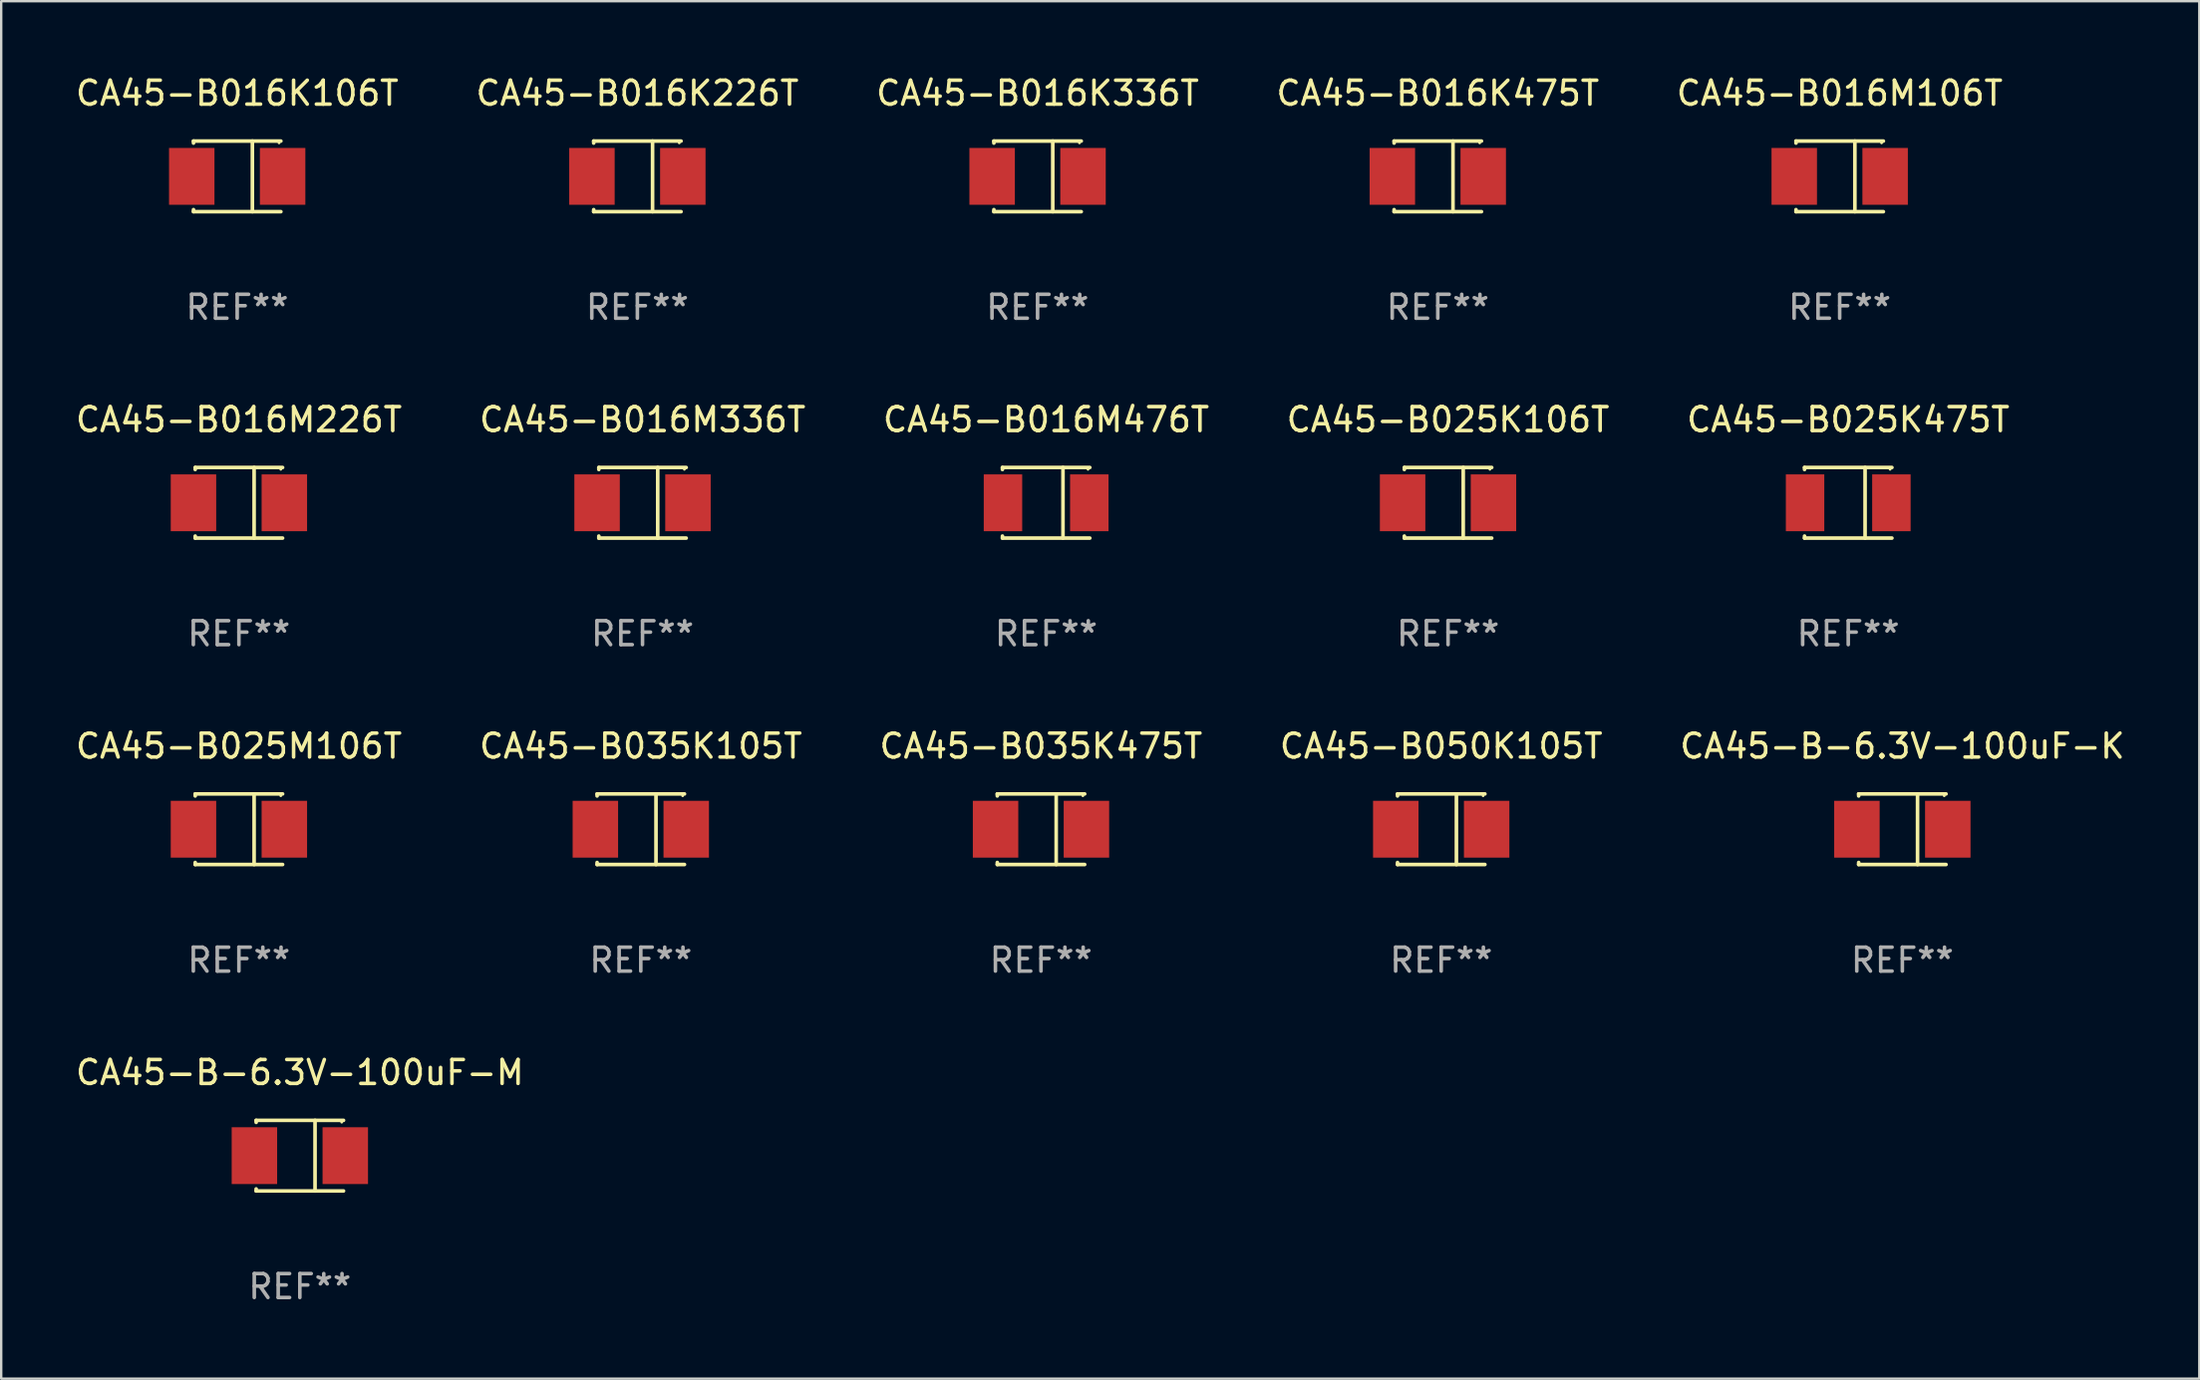
<source format=kicad_pcb>
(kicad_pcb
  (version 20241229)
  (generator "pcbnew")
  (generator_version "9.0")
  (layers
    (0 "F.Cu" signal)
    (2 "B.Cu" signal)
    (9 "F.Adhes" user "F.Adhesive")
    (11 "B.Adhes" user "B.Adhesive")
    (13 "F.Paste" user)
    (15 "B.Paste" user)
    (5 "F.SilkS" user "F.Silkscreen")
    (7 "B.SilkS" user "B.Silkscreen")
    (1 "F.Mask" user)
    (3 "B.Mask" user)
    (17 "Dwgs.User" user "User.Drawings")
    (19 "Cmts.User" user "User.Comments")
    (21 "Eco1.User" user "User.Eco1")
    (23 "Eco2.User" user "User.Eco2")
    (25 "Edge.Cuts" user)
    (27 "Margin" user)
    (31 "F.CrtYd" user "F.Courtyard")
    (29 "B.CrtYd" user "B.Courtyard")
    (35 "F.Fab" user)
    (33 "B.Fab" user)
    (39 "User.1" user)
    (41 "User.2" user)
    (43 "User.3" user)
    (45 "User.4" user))
  (footprint "CA45-B025M106T"
    (layer "F.Cu")
    (at 6.935 31.622)
    (property "Reference" "CA45-B025M106T" (at 0 -3.476 0) (layer "F.SilkS") (effects (font (size 1 1) (thickness 0.15))))
    (attr through_hole)
    (fp_line (start -1.826 -1.476) (end -1.826 -1.391) (stroke (width 0.152) (type solid)) (layer "F.SilkS"))
    (fp_line (start -1.826 -1.476) (end 1.826 -1.476) (stroke (width 0.152) (type solid)) (layer "F.SilkS"))
    (fp_line (start -1.826 1.476) (end -1.826 1.391) (stroke (width 0.152) (type solid)) (layer "F.SilkS"))
    (fp_line (start -1.826 1.476) (end 1.826 1.476) (stroke (width 0.152) (type solid)) (layer "F.SilkS"))
    (fp_line (start 0.635 -1.476) (end 0.635 1.476) (stroke (width 0.152) (type solid)) (layer "F.SilkS"))
    (fp_circle (center 1.75 -1.4) (end 1.78 -1.4) (stroke (width 0.06) (type solid)) (fill no) (layer "F.SilkS"))
    (fp_text user "REF**" (at 0 5.476 0) (layer "F.Fab") (effects (font (size 1 1) (thickness 0.15))))
    (pad "1" smd rect (at 1.899 0) (size 1.9 2.376) (layers "F.Cu" "F.Mask" "F.Paste"))
    (pad "2" smd rect (at -1.899 0) (size 1.9 2.376) (layers "F.Cu" "F.Mask" "F.Paste")))
  (footprint "CA45-B035K475T"
    (layer "F.Cu")
    (at 40.458 31.622)
    (property "Reference" "CA45-B035K475T" (at 0 -3.476 0) (layer "F.SilkS") (effects (font (size 1 1) (thickness 0.15))))
    (attr through_hole)
    (fp_line (start -1.826 -1.476) (end -1.826 -1.391) (stroke (width 0.152) (type solid)) (layer "F.SilkS"))
    (fp_line (start -1.826 -1.476) (end 1.826 -1.476) (stroke (width 0.152) (type solid)) (layer "F.SilkS"))
    (fp_line (start -1.826 1.476) (end -1.826 1.391) (stroke (width 0.152) (type solid)) (layer "F.SilkS"))
    (fp_line (start -1.826 1.476) (end 1.826 1.476) (stroke (width 0.152) (type solid)) (layer "F.SilkS"))
    (fp_line (start 0.635 -1.476) (end 0.635 1.476) (stroke (width 0.152) (type solid)) (layer "F.SilkS"))
    (fp_circle (center 1.75 -1.4) (end 1.78 -1.4) (stroke (width 0.06) (type solid)) (fill no) (layer "F.SilkS"))
    (fp_text user "REF**" (at 0 5.476 0) (layer "F.Fab") (effects (font (size 1 1) (thickness 0.15))))
    (pad "1" smd rect (at 1.899 0) (size 1.9 2.376) (layers "F.Cu" "F.Mask" "F.Paste"))
    (pad "2" smd rect (at -1.899 0) (size 1.9 2.376) (layers "F.Cu" "F.Mask" "F.Paste")))
  (footprint "CA45-B016K226T"
    (layer "F.Cu")
    (at 23.589 4.324)
    (property "Reference" "CA45-B016K226T" (at 0 -3.476 0) (layer "F.SilkS") (effects (font (size 1 1) (thickness 0.15))))
    (attr through_hole)
    (fp_line (start -1.826 -1.476) (end -1.826 -1.391) (stroke (width 0.152) (type solid)) (layer "F.SilkS"))
    (fp_line (start -1.826 -1.476) (end 1.826 -1.476) (stroke (width 0.152) (type solid)) (layer "F.SilkS"))
    (fp_line (start -1.826 1.476) (end -1.826 1.391) (stroke (width 0.152) (type solid)) (layer "F.SilkS"))
    (fp_line (start -1.826 1.476) (end 1.826 1.476) (stroke (width 0.152) (type solid)) (layer "F.SilkS"))
    (fp_line (start 0.635 -1.476) (end 0.635 1.476) (stroke (width 0.152) (type solid)) (layer "F.SilkS"))
    (fp_circle (center 1.75 -1.4) (end 1.78 -1.4) (stroke (width 0.06) (type solid)) (fill no) (layer "F.SilkS"))
    (fp_text user "REF**" (at 0 5.476 0) (layer "F.Fab") (effects (font (size 1 1) (thickness 0.15))))
    (pad "1" smd rect (at 1.899 0) (size 1.9 2.376) (layers "F.Cu" "F.Mask" "F.Paste"))
    (pad "2" smd rect (at -1.899 0) (size 1.9 2.376) (layers "F.Cu" "F.Mask" "F.Paste")))
  (footprint "CA45-B016K336T"
    (layer "F.Cu")
    (at 40.315 4.324)
    (property "Reference" "CA45-B016K336T" (at 0 -3.476 0) (layer "F.SilkS") (effects (font (size 1 1) (thickness 0.15))))
    (attr through_hole)
    (fp_line (start -1.826 -1.476) (end -1.826 -1.391) (stroke (width 0.152) (type solid)) (layer "F.SilkS"))
    (fp_line (start -1.826 -1.476) (end 1.826 -1.476) (stroke (width 0.152) (type solid)) (layer "F.SilkS"))
    (fp_line (start -1.826 1.476) (end -1.826 1.391) (stroke (width 0.152) (type solid)) (layer "F.SilkS"))
    (fp_line (start -1.826 1.476) (end 1.826 1.476) (stroke (width 0.152) (type solid)) (layer "F.SilkS"))
    (fp_line (start 0.635 -1.476) (end 0.635 1.476) (stroke (width 0.152) (type solid)) (layer "F.SilkS"))
    (fp_circle (center 1.75 -1.4) (end 1.78 -1.4) (stroke (width 0.06) (type solid)) (fill no) (layer "F.SilkS"))
    (fp_text user "REF**" (at 0 5.476 0) (layer "F.Fab") (effects (font (size 1 1) (thickness 0.15))))
    (pad "1" smd rect (at 1.899 0) (size 1.9 2.376) (layers "F.Cu" "F.Mask" "F.Paste"))
    (pad "2" smd rect (at -1.899 0) (size 1.9 2.376) (layers "F.Cu" "F.Mask" "F.Paste")))
  (footprint "CA45-B035K105T"
    (layer "F.Cu")
    (at 23.732 31.622)
    (property "Reference" "CA45-B035K105T" (at 0 -3.476 0) (layer "F.SilkS") (effects (font (size 1 1) (thickness 0.15))))
    (attr through_hole)
    (fp_line (start -1.826 -1.476) (end -1.826 -1.391) (stroke (width 0.152) (type solid)) (layer "F.SilkS"))
    (fp_line (start -1.826 -1.476) (end 1.826 -1.476) (stroke (width 0.152) (type solid)) (layer "F.SilkS"))
    (fp_line (start -1.826 1.476) (end -1.826 1.391) (stroke (width 0.152) (type solid)) (layer "F.SilkS"))
    (fp_line (start -1.826 1.476) (end 1.826 1.476) (stroke (width 0.152) (type solid)) (layer "F.SilkS"))
    (fp_line (start 0.635 -1.476) (end 0.635 1.476) (stroke (width 0.152) (type solid)) (layer "F.SilkS"))
    (fp_circle (center 1.75 -1.4) (end 1.78 -1.4) (stroke (width 0.06) (type solid)) (fill no) (layer "F.SilkS"))
    (fp_text user "REF**" (at 0 5.476 0) (layer "F.Fab") (effects (font (size 1 1) (thickness 0.15))))
    (pad "1" smd rect (at 1.899 0) (size 1.9 2.376) (layers "F.Cu" "F.Mask" "F.Paste"))
    (pad "2" smd rect (at -1.899 0) (size 1.9 2.376) (layers "F.Cu" "F.Mask" "F.Paste")))
  (footprint "CA45-B050K105T"
    (layer "F.Cu")
    (at 57.185 31.622)
    (property "Reference" "CA45-B050K105T" (at 0 -3.476 0) (layer "F.SilkS") (effects (font (size 1 1) (thickness 0.15))))
    (attr through_hole)
    (fp_line (start -1.826 -1.476) (end -1.826 -1.391) (stroke (width 0.152) (type solid)) (layer "F.SilkS"))
    (fp_line (start -1.826 -1.476) (end 1.826 -1.476) (stroke (width 0.152) (type solid)) (layer "F.SilkS"))
    (fp_line (start -1.826 1.476) (end -1.826 1.391) (stroke (width 0.152) (type solid)) (layer "F.SilkS"))
    (fp_line (start -1.826 1.476) (end 1.826 1.476) (stroke (width 0.152) (type solid)) (layer "F.SilkS"))
    (fp_line (start 0.635 -1.476) (end 0.635 1.476) (stroke (width 0.152) (type solid)) (layer "F.SilkS"))
    (fp_circle (center 1.75 -1.4) (end 1.78 -1.4) (stroke (width 0.06) (type solid)) (fill no) (layer "F.SilkS"))
    (fp_text user "REF**" (at 0 5.476 0) (layer "F.Fab") (effects (font (size 1 1) (thickness 0.15))))
    (pad "1" smd rect (at 1.899 0) (size 1.9 2.376) (layers "F.Cu" "F.Mask" "F.Paste"))
    (pad "2" smd rect (at -1.899 0) (size 1.9 2.376) (layers "F.Cu" "F.Mask" "F.Paste")))
  (footprint "CA45-B-6.3V-100uF-M"
    (layer "F.Cu")
    (at 9.482 45.271)
    (property "Reference" "CA45-B-6.3V-100uF-M" (at 0 -3.476 0) (layer "F.SilkS") (effects (font (size 1 1) (thickness 0.15))))
    (attr through_hole)
    (fp_line (start -1.826 -1.476) (end -1.826 -1.391) (stroke (width 0.152) (type solid)) (layer "F.SilkS"))
    (fp_line (start -1.826 -1.476) (end 1.826 -1.476) (stroke (width 0.152) (type solid)) (layer "F.SilkS"))
    (fp_line (start -1.826 1.476) (end -1.826 1.391) (stroke (width 0.152) (type solid)) (layer "F.SilkS"))
    (fp_line (start -1.826 1.476) (end 1.826 1.476) (stroke (width 0.152) (type solid)) (layer "F.SilkS"))
    (fp_line (start 0.635 -1.476) (end 0.635 1.476) (stroke (width 0.152) (type solid)) (layer "F.SilkS"))
    (fp_circle (center 1.75 -1.4) (end 1.78 -1.4) (stroke (width 0.06) (type solid)) (fill no) (layer "F.SilkS"))
    (fp_text user "REF**" (at 0 5.476 0) (layer "F.Fab") (effects (font (size 1 1) (thickness 0.15))))
    (pad "1" smd rect (at 1.899 0) (size 1.9 2.376) (layers "F.Cu" "F.Mask" "F.Paste"))
    (pad "2" smd rect (at -1.899 0) (size 1.9 2.376) (layers "F.Cu" "F.Mask" "F.Paste")))
  (footprint "CA45-B016M476T"
    (layer "F.Cu")
    (at 40.673 17.973)
    (property "Reference" "CA45-B016M476T" (at 0 -3.476 0) (layer "F.SilkS") (effects (font (size 1 1) (thickness 0.15))))
    (attr through_hole)
    (fp_line (start -1.826 -1.476) (end -1.826 -1.391) (stroke (width 0.152) (type solid)) (layer "F.SilkS"))
    (fp_line (start -1.826 -1.476) (end 1.826 -1.476) (stroke (width 0.152) (type solid)) (layer "F.SilkS"))
    (fp_line (start -1.826 1.476) (end -1.826 1.391) (stroke (width 0.152) (type solid)) (layer "F.SilkS"))
    (fp_line (start -1.826 1.476) (end 1.826 1.476) (stroke (width 0.152) (type solid)) (layer "F.SilkS"))
    (fp_line (start 0.704 -1.476) (end 0.704 1.476) (stroke (width 0.152) (type solid)) (layer "F.SilkS"))
    (fp_circle (center 1.75 -1.4) (end 1.78 -1.4) (stroke (width 0.06) (type solid)) (fill no) (layer "F.SilkS"))
    (fp_text user "REF**" (at 0 5.476 0) (layer "F.Fab") (effects (font (size 1 1) (thickness 0.15))))
    (pad "1" smd rect (at 1.804 0) (size 1.607 2.376) (layers "F.Cu" "F.Mask" "F.Paste"))
    (pad "2" smd rect (at -1.804 0) (size 1.607 2.376) (layers "F.Cu" "F.Mask" "F.Paste")))
  (footprint "CA45-B025K475T"
    (layer "F.Cu")
    (at 74.196 17.973)
    (property "Reference" "CA45-B025K475T" (at 0 -3.476 0) (layer "F.SilkS") (effects (font (size 1 1) (thickness 0.15))))
    (attr through_hole)
    (fp_line (start -1.826 -1.476) (end -1.826 -1.391) (stroke (width 0.152) (type solid)) (layer "F.SilkS"))
    (fp_line (start -1.826 -1.476) (end 1.826 -1.476) (stroke (width 0.152) (type solid)) (layer "F.SilkS"))
    (fp_line (start -1.826 1.476) (end -1.826 1.391) (stroke (width 0.152) (type solid)) (layer "F.SilkS"))
    (fp_line (start -1.826 1.476) (end 1.826 1.476) (stroke (width 0.152) (type solid)) (layer "F.SilkS"))
    (fp_line (start 0.704 -1.476) (end 0.704 1.476) (stroke (width 0.152) (type solid)) (layer "F.SilkS"))
    (fp_circle (center 1.75 -1.4) (end 1.78 -1.4) (stroke (width 0.06) (type solid)) (fill no) (layer "F.SilkS"))
    (fp_text user "REF**" (at 0 5.476 0) (layer "F.Fab") (effects (font (size 1 1) (thickness 0.15))))
    (pad "1" smd rect (at 1.804 0) (size 1.607 2.376) (layers "F.Cu" "F.Mask" "F.Paste"))
    (pad "2" smd rect (at -1.804 0) (size 1.607 2.376) (layers "F.Cu" "F.Mask" "F.Paste")))
  (footprint "CA45-B016K106T"
    (layer "F.Cu")
    (at 6.863 4.324)
    (property "Reference" "CA45-B016K106T" (at 0 -3.476 0) (layer "F.SilkS") (effects (font (size 1 1) (thickness 0.15))))
    (attr through_hole)
    (fp_line (start -1.826 -1.476) (end -1.826 -1.391) (stroke (width 0.152) (type solid)) (layer "F.SilkS"))
    (fp_line (start -1.826 -1.476) (end 1.826 -1.476) (stroke (width 0.152) (type solid)) (layer "F.SilkS"))
    (fp_line (start -1.826 1.476) (end -1.826 1.391) (stroke (width 0.152) (type solid)) (layer "F.SilkS"))
    (fp_line (start -1.826 1.476) (end 1.826 1.476) (stroke (width 0.152) (type solid)) (layer "F.SilkS"))
    (fp_line (start 0.635 -1.476) (end 0.635 1.476) (stroke (width 0.152) (type solid)) (layer "F.SilkS"))
    (fp_circle (center 1.75 -1.4) (end 1.78 -1.4) (stroke (width 0.06) (type solid)) (fill no) (layer "F.SilkS"))
    (fp_text user "REF**" (at 0 5.476 0) (layer "F.Fab") (effects (font (size 1 1) (thickness 0.15))))
    (pad "1" smd rect (at 1.899 0) (size 1.9 2.376) (layers "F.Cu" "F.Mask" "F.Paste"))
    (pad "2" smd rect (at -1.899 0) (size 1.9 2.376) (layers "F.Cu" "F.Mask" "F.Paste")))
  (footprint "CA45-B025K106T"
    (layer "F.Cu")
    (at 57.47 17.973)
    (property "Reference" "CA45-B025K106T" (at 0 -3.476 0) (layer "F.SilkS") (effects (font (size 1 1) (thickness 0.15))))
    (attr through_hole)
    (fp_line (start -1.826 -1.476) (end -1.826 -1.391) (stroke (width 0.152) (type solid)) (layer "F.SilkS"))
    (fp_line (start -1.826 -1.476) (end 1.826 -1.476) (stroke (width 0.152) (type solid)) (layer "F.SilkS"))
    (fp_line (start -1.826 1.476) (end -1.826 1.391) (stroke (width 0.152) (type solid)) (layer "F.SilkS"))
    (fp_line (start -1.826 1.476) (end 1.826 1.476) (stroke (width 0.152) (type solid)) (layer "F.SilkS"))
    (fp_line (start 0.635 -1.476) (end 0.635 1.476) (stroke (width 0.152) (type solid)) (layer "F.SilkS"))
    (fp_circle (center 1.75 -1.4) (end 1.78 -1.4) (stroke (width 0.06) (type solid)) (fill no) (layer "F.SilkS"))
    (fp_text user "REF**" (at 0 5.476 0) (layer "F.Fab") (effects (font (size 1 1) (thickness 0.15))))
    (pad "1" smd rect (at 1.899 0) (size 1.9 2.376) (layers "F.Cu" "F.Mask" "F.Paste"))
    (pad "2" smd rect (at -1.899 0) (size 1.9 2.376) (layers "F.Cu" "F.Mask" "F.Paste")))
  (footprint "CA45-B016M336T"
    (layer "F.Cu")
    (at 23.804 17.973)
    (property "Reference" "CA45-B016M336T" (at 0 -3.476 0) (layer "F.SilkS") (effects (font (size 1 1) (thickness 0.15))))
    (attr through_hole)
    (fp_line (start -1.826 -1.476) (end -1.826 -1.391) (stroke (width 0.152) (type solid)) (layer "F.SilkS"))
    (fp_line (start -1.826 -1.476) (end 1.826 -1.476) (stroke (width 0.152) (type solid)) (layer "F.SilkS"))
    (fp_line (start -1.826 1.476) (end -1.826 1.391) (stroke (width 0.152) (type solid)) (layer "F.SilkS"))
    (fp_line (start -1.826 1.476) (end 1.826 1.476) (stroke (width 0.152) (type solid)) (layer "F.SilkS"))
    (fp_line (start 0.635 -1.476) (end 0.635 1.476) (stroke (width 0.152) (type solid)) (layer "F.SilkS"))
    (fp_circle (center 1.75 -1.4) (end 1.78 -1.4) (stroke (width 0.06) (type solid)) (fill no) (layer "F.SilkS"))
    (fp_text user "REF**" (at 0 5.476 0) (layer "F.Fab") (effects (font (size 1 1) (thickness 0.15))))
    (pad "1" smd rect (at 1.899 0) (size 1.9 2.376) (layers "F.Cu" "F.Mask" "F.Paste"))
    (pad "2" smd rect (at -1.899 0) (size 1.9 2.376) (layers "F.Cu" "F.Mask" "F.Paste")))
  (footprint "CA45-B016M226T"
    (layer "F.Cu")
    (at 6.935 17.973)
    (property "Reference" "CA45-B016M226T" (at 0 -3.476 0) (layer "F.SilkS") (effects (font (size 1 1) (thickness 0.15))))
    (attr through_hole)
    (fp_line (start -1.826 -1.476) (end -1.826 -1.391) (stroke (width 0.152) (type solid)) (layer "F.SilkS"))
    (fp_line (start -1.826 -1.476) (end 1.826 -1.476) (stroke (width 0.152) (type solid)) (layer "F.SilkS"))
    (fp_line (start -1.826 1.476) (end -1.826 1.391) (stroke (width 0.152) (type solid)) (layer "F.SilkS"))
    (fp_line (start -1.826 1.476) (end 1.826 1.476) (stroke (width 0.152) (type solid)) (layer "F.SilkS"))
    (fp_line (start 0.635 -1.476) (end 0.635 1.476) (stroke (width 0.152) (type solid)) (layer "F.SilkS"))
    (fp_circle (center 1.75 -1.4) (end 1.78 -1.4) (stroke (width 0.06) (type solid)) (fill no) (layer "F.SilkS"))
    (fp_text user "REF**" (at 0 5.476 0) (layer "F.Fab") (effects (font (size 1 1) (thickness 0.15))))
    (pad "1" smd rect (at 1.899 0) (size 1.9 2.376) (layers "F.Cu" "F.Mask" "F.Paste"))
    (pad "2" smd rect (at -1.899 0) (size 1.9 2.376) (layers "F.Cu" "F.Mask" "F.Paste")))
  (footprint "CA45-B016K475T"
    (layer "F.Cu")
    (at 57.042 4.324)
    (property "Reference" "CA45-B016K475T" (at 0 -3.476 0) (layer "F.SilkS") (effects (font (size 1 1) (thickness 0.15))))
    (attr through_hole)
    (fp_line (start -1.826 -1.476) (end -1.826 -1.391) (stroke (width 0.152) (type solid)) (layer "F.SilkS"))
    (fp_line (start -1.826 -1.476) (end 1.826 -1.476) (stroke (width 0.152) (type solid)) (layer "F.SilkS"))
    (fp_line (start -1.826 1.476) (end -1.826 1.391) (stroke (width 0.152) (type solid)) (layer "F.SilkS"))
    (fp_line (start -1.826 1.476) (end 1.826 1.476) (stroke (width 0.152) (type solid)) (layer "F.SilkS"))
    (fp_line (start 0.635 -1.476) (end 0.635 1.476) (stroke (width 0.152) (type solid)) (layer "F.SilkS"))
    (fp_circle (center 1.75 -1.4) (end 1.78 -1.4) (stroke (width 0.06) (type solid)) (fill no) (layer "F.SilkS"))
    (fp_text user "REF**" (at 0 5.476 0) (layer "F.Fab") (effects (font (size 1 1) (thickness 0.15))))
    (pad "1" smd rect (at 1.899 0) (size 1.9 2.376) (layers "F.Cu" "F.Mask" "F.Paste"))
    (pad "2" smd rect (at -1.899 0) (size 1.9 2.376) (layers "F.Cu" "F.Mask" "F.Paste")))
  (footprint "CA45-B-6.3V-100uF-K"
    (layer "F.Cu")
    (at 76.458 31.622)
    (property "Reference" "CA45-B-6.3V-100uF-K" (at 0 -3.476 0) (layer "F.SilkS") (effects (font (size 1 1) (thickness 0.15))))
    (attr through_hole)
    (fp_line (start -1.826 -1.476) (end -1.826 -1.391) (stroke (width 0.152) (type solid)) (layer "F.SilkS"))
    (fp_line (start -1.826 -1.476) (end 1.826 -1.476) (stroke (width 0.152) (type solid)) (layer "F.SilkS"))
    (fp_line (start -1.826 1.476) (end -1.826 1.391) (stroke (width 0.152) (type solid)) (layer "F.SilkS"))
    (fp_line (start -1.826 1.476) (end 1.826 1.476) (stroke (width 0.152) (type solid)) (layer "F.SilkS"))
    (fp_line (start 0.635 -1.476) (end 0.635 1.476) (stroke (width 0.152) (type solid)) (layer "F.SilkS"))
    (fp_circle (center 1.75 -1.4) (end 1.78 -1.4) (stroke (width 0.06) (type solid)) (fill no) (layer "F.SilkS"))
    (fp_text user "REF**" (at 0 5.476 0) (layer "F.Fab") (effects (font (size 1 1) (thickness 0.15))))
    (pad "1" smd rect (at 1.899 0) (size 1.9 2.376) (layers "F.Cu" "F.Mask" "F.Paste"))
    (pad "2" smd rect (at -1.899 0) (size 1.9 2.376) (layers "F.Cu" "F.Mask" "F.Paste")))
  (footprint "CA45-B016M106T"
    (layer "F.Cu")
    (at 73.839 4.324)
    (property "Reference" "CA45-B016M106T" (at 0 -3.476 0) (layer "F.SilkS") (effects (font (size 1 1) (thickness 0.15))))
    (attr through_hole)
    (fp_line (start -1.826 -1.476) (end -1.826 -1.391) (stroke (width 0.152) (type solid)) (layer "F.SilkS"))
    (fp_line (start -1.826 -1.476) (end 1.826 -1.476) (stroke (width 0.152) (type solid)) (layer "F.SilkS"))
    (fp_line (start -1.826 1.476) (end -1.826 1.391) (stroke (width 0.152) (type solid)) (layer "F.SilkS"))
    (fp_line (start -1.826 1.476) (end 1.826 1.476) (stroke (width 0.152) (type solid)) (layer "F.SilkS"))
    (fp_line (start 0.635 -1.476) (end 0.635 1.476) (stroke (width 0.152) (type solid)) (layer "F.SilkS"))
    (fp_circle (center 1.75 -1.4) (end 1.78 -1.4) (stroke (width 0.06) (type solid)) (fill no) (layer "F.SilkS"))
    (fp_text user "REF**" (at 0 5.476 0) (layer "F.Fab") (effects (font (size 1 1) (thickness 0.15))))
    (pad "1" smd rect (at 1.899 0) (size 1.9 2.376) (layers "F.Cu" "F.Mask" "F.Paste"))
    (pad "2" smd rect (at -1.899 0) (size 1.9 2.376) (layers "F.Cu" "F.Mask" "F.Paste")))
  (gr_rect
    (start -3 -3)
    (end 88.869 54.596)
    (stroke (width 0.1) (type default))
    (fill no)
    (layer "Edge.Cuts")))
</source>
